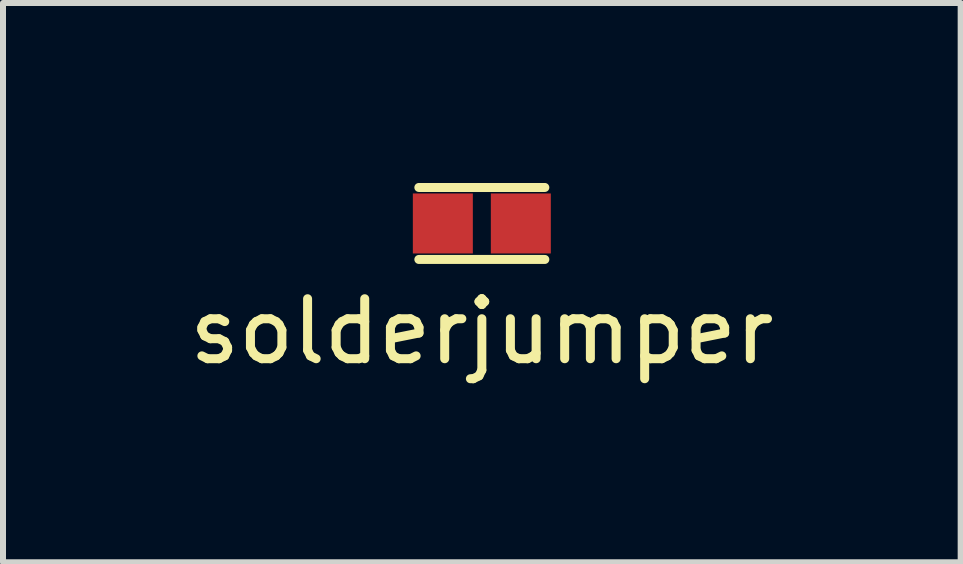
<source format=kicad_pcb>
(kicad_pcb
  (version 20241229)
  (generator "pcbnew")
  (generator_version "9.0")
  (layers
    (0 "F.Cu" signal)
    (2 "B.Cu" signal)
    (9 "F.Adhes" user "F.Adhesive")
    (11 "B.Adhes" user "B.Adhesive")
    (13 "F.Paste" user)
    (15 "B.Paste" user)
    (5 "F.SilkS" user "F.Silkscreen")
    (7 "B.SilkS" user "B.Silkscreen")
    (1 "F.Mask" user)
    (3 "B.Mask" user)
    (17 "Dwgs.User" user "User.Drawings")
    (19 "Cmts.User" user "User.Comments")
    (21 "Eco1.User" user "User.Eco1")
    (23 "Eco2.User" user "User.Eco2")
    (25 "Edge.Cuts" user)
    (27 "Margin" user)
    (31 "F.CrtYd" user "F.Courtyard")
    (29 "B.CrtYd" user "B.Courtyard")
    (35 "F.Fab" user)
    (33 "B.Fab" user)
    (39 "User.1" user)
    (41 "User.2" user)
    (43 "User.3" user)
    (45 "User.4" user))
  (footprint "solderjumper"
    (layer "F.Cu")
    (at 4.982 0.675)
    (property "Reference" "solderjumper" (at 0 1.8 0) (layer "F.SilkS") (effects (font (size 1 1) (thickness 0.15))))
    (attr through_hole)
    (fp_line (start -1.05 0.6) (end 1.05 0.6) (stroke (width 0.15) (type solid)) (layer "F.SilkS"))
    (fp_line (start 1.05 -0.6) (end -1.05 -0.6) (stroke (width 0.15) (type solid)) (layer "F.SilkS"))
    (pad "1" smd rect (at -0.65 0) (size 1 1) (layers "F.Cu" "F.Mask"))
    (pad "2" smd rect (at 0.65 0) (size 1 1) (layers "F.Cu" "F.Mask")))
  (gr_rect
    (start -3 -3)
    (end 12.964 6.323)
    (stroke (width 0.1) (type default))
    (fill no)
    (layer "Edge.Cuts")))
</source>
